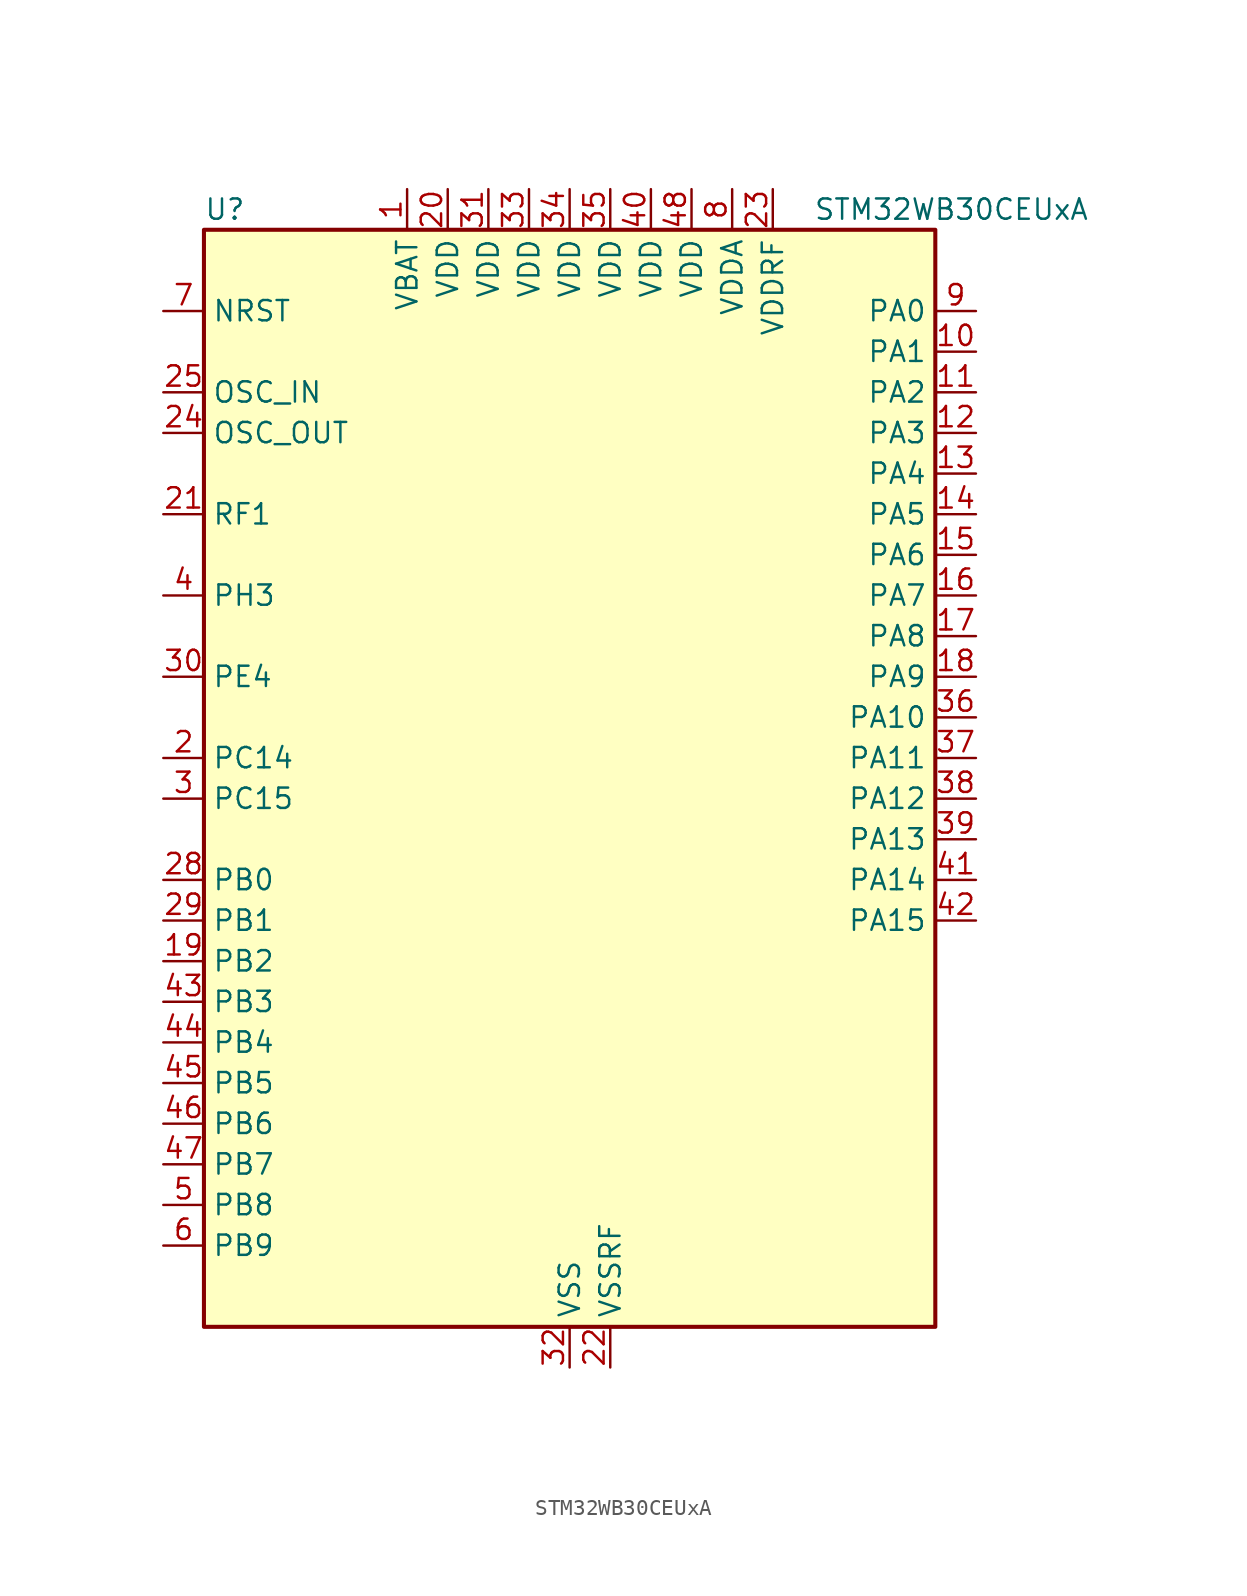
<source format=kicad_sym>
(kicad_symbol_lib
  (version 20231120)
  (generator "kicad-library-utils")
  (generator_version "8.0")
  (symbol "STM32WB30CEUxA"
    (property "Reference" "U"
      (at -22.86 36.83 0)
      (effects (font (size 1.27 1.27)) (justify left)))
    (property "Value" "STM32WB30CEUxA"
      (at 15.24 36.83 0)
      (effects (font (size 1.27 1.27)) (justify left)))
    (symbol "STM32WB30CEUxA_0_1"
      (rectangle (start -22.86 -33.02) (end 22.86 35.56) (stroke (width 0.254) (type default)) (fill (type background))))
    (symbol "STM32WB30CEUxA_1_1"
      (pin power_in line (at -10.16 38.1 270) (length 2.54) (name "VBAT" (effects (font (size 1.27 1.27)))) (number "1" (effects (font (size 1.27 1.27)))))
      (pin bidirectional line (at 25.4 27.94 180) (length 2.54) (name "PA1" (effects (font (size 1.27 1.27)))) (number "10" (effects (font (size 1.27 1.27)))) (alternate "ADC1_IN6" bidirectional line) (alternate "I2C1_SMBA" bidirectional line) (alternate "SPI1_SCK" bidirectional line) (alternate "TIM2_CH2" bidirectional line))
      (pin bidirectional line (at 25.4 25.4 180) (length 2.54) (name "PA2" (effects (font (size 1.27 1.27)))) (number "11" (effects (font (size 1.27 1.27)))) (alternate "ADC1_IN7" bidirectional line) (alternate "RCC_LSCO" bidirectional line) (alternate "SYS_WKUP4" bidirectional line) (alternate "TIM2_CH3" bidirectional line))
      (pin bidirectional line (at 25.4 22.86 180) (length 2.54) (name "PA3" (effects (font (size 1.27 1.27)))) (number "12" (effects (font (size 1.27 1.27)))) (alternate "ADC1_IN8" bidirectional line) (alternate "TIM2_CH4" bidirectional line))
      (pin bidirectional line (at 25.4 20.32 180) (length 2.54) (name "PA4" (effects (font (size 1.27 1.27)))) (number "13" (effects (font (size 1.27 1.27)))) (alternate "ADC1_IN9" bidirectional line) (alternate "LPTIM2_OUT" bidirectional line) (alternate "SPI1_NSS" bidirectional line))
      (pin bidirectional line (at 25.4 17.78 180) (length 2.54) (name "PA5" (effects (font (size 1.27 1.27)))) (number "14" (effects (font (size 1.27 1.27)))) (alternate "ADC1_IN10" bidirectional line) (alternate "LPTIM2_ETR" bidirectional line) (alternate "SPI1_SCK" bidirectional line) (alternate "TIM2_CH1" bidirectional line) (alternate "TIM2_ETR" bidirectional line))
      (pin bidirectional line (at 25.4 15.24 180) (length 2.54) (name "PA6" (effects (font (size 1.27 1.27)))) (number "15" (effects (font (size 1.27 1.27)))) (alternate "ADC1_IN11" bidirectional line) (alternate "SPI1_MISO" bidirectional line) (alternate "TIM16_CH1" bidirectional line) (alternate "TIM1_BKIN" bidirectional line))
      (pin bidirectional line (at 25.4 12.7 180) (length 2.54) (name "PA7" (effects (font (size 1.27 1.27)))) (number "16" (effects (font (size 1.27 1.27)))) (alternate "ADC1_IN12" bidirectional line) (alternate "SPI1_MOSI" bidirectional line) (alternate "TIM17_CH1" bidirectional line) (alternate "TIM1_CH1N" bidirectional line))
      (pin bidirectional line (at 25.4 10.16 180) (length 2.54) (name "PA8" (effects (font (size 1.27 1.27)))) (number "17" (effects (font (size 1.27 1.27)))) (alternate "ADC1_IN15" bidirectional line) (alternate "LPTIM2_OUT" bidirectional line) (alternate "RCC_MCO" bidirectional line) (alternate "TIM1_CH1" bidirectional line) (alternate "USART1_CK" bidirectional line))
      (pin bidirectional line (at 25.4 7.62 180) (length 2.54) (name "PA9" (effects (font (size 1.27 1.27)))) (number "18" (effects (font (size 1.27 1.27)))) (alternate "ADC1_IN16" bidirectional line) (alternate "I2C1_SCL" bidirectional line) (alternate "TIM1_CH2" bidirectional line) (alternate "USART1_TX" bidirectional line))
      (pin bidirectional line (at -25.4 -10.16 0) (length 2.54) (name "PB2" (effects (font (size 1.27 1.27)))) (number "19" (effects (font (size 1.27 1.27)))) (alternate "LPTIM1_OUT" bidirectional line) (alternate "RTC_OUT2" bidirectional line) (alternate "SPI1_NSS" bidirectional line))
      (pin bidirectional line (at -25.4 2.54 0) (length 2.54) (name "PC14" (effects (font (size 1.27 1.27)))) (number "2" (effects (font (size 1.27 1.27)))) (alternate "RCC_OSC32_IN" bidirectional line))
      (pin power_in line (at -7.62 38.1 270) (length 2.54) (name "VDD" (effects (font (size 1.27 1.27)))) (number "20" (effects (font (size 1.27 1.27)))))
      (pin bidirectional line (at -25.4 17.78 0) (length 2.54) (name "RF1" (effects (font (size 1.27 1.27)))) (number "21" (effects (font (size 1.27 1.27)))) (alternate "RF_RF1" bidirectional line))
      (pin power_in line (at 2.54 -35.56 90) (length 2.54) (name "VSSRF" (effects (font (size 1.27 1.27)))) (number "22" (effects (font (size 1.27 1.27)))))
      (pin power_in line (at 12.7 38.1 270) (length 2.54) (name "VDDRF" (effects (font (size 1.27 1.27)))) (number "23" (effects (font (size 1.27 1.27)))))
      (pin input line (at -25.4 22.86 0) (length 2.54) (name "OSC_OUT" (effects (font (size 1.27 1.27)))) (number "24" (effects (font (size 1.27 1.27)))) (alternate "RCC_OSC_OUT" bidirectional line))
      (pin input line (at -25.4 25.4 0) (length 2.54) (name "OSC_IN" (effects (font (size 1.27 1.27)))) (number "25" (effects (font (size 1.27 1.27)))) (alternate "RCC_OSC_IN" bidirectional line))
      (pin no_connect line (at -22.86 -33.02 0) (length 2.54) hide (name "AT0" (effects (font (size 1.27 1.27)))) (number "26" (effects (font (size 1.27 1.27)))))
      (pin no_connect line (at -22.86 -30.48 0) (length 2.54) hide (name "AT1" (effects (font (size 1.27 1.27)))) (number "27" (effects (font (size 1.27 1.27)))))
      (pin bidirectional line (at -25.4 -5.08 0) (length 2.54) (name "PB0" (effects (font (size 1.27 1.27)))) (number "28" (effects (font (size 1.27 1.27)))) (alternate "RF_TX_MOD_EXT_PA" bidirectional line))
      (pin bidirectional line (at -25.4 -7.62 0) (length 2.54) (name "PB1" (effects (font (size 1.27 1.27)))) (number "29" (effects (font (size 1.27 1.27)))) (alternate "LPTIM2_IN1" bidirectional line))
      (pin bidirectional line (at -25.4 0 0) (length 2.54) (name "PC15" (effects (font (size 1.27 1.27)))) (number "3" (effects (font (size 1.27 1.27)))) (alternate "ADC1_EXTI15" bidirectional line) (alternate "RCC_OSC32_OUT" bidirectional line))
      (pin bidirectional line (at -25.4 7.62 0) (length 2.54) (name "PE4" (effects (font (size 1.27 1.27)))) (number "30" (effects (font (size 1.27 1.27)))))
      (pin power_in line (at -5.08 38.1 270) (length 2.54) (name "VDD" (effects (font (size 1.27 1.27)))) (number "31" (effects (font (size 1.27 1.27)))))
      (pin power_in line (at 0 -35.56 90) (length 2.54) (name "VSS" (effects (font (size 1.27 1.27)))) (number "32" (effects (font (size 1.27 1.27)))))
      (pin power_in line (at -2.54 38.1 270) (length 2.54) (name "VDD" (effects (font (size 1.27 1.27)))) (number "33" (effects (font (size 1.27 1.27)))))
      (pin power_in line (at 0 38.1 270) (length 2.54) (name "VDD" (effects (font (size 1.27 1.27)))) (number "34" (effects (font (size 1.27 1.27)))))
      (pin power_in line (at 2.54 38.1 270) (length 2.54) (name "VDD" (effects (font (size 1.27 1.27)))) (number "35" (effects (font (size 1.27 1.27)))))
      (pin bidirectional line (at 25.4 5.08 180) (length 2.54) (name "PA10" (effects (font (size 1.27 1.27)))) (number "36" (effects (font (size 1.27 1.27)))) (alternate "I2C1_SDA" bidirectional line) (alternate "TIM17_BKIN" bidirectional line) (alternate "TIM1_CH3" bidirectional line) (alternate "USART1_RX" bidirectional line))
      (pin bidirectional line (at 25.4 2.54 180) (length 2.54) (name "PA11" (effects (font (size 1.27 1.27)))) (number "37" (effects (font (size 1.27 1.27)))) (alternate "ADC1_EXTI11" bidirectional line) (alternate "SPI1_MISO" bidirectional line) (alternate "TIM1_BKIN2" bidirectional line) (alternate "TIM1_CH4" bidirectional line) (alternate "USART1_CTS" bidirectional line) (alternate "USART1_NSS" bidirectional line))
      (pin bidirectional line (at 25.4 0 180) (length 2.54) (name "PA12" (effects (font (size 1.27 1.27)))) (number "38" (effects (font (size 1.27 1.27)))) (alternate "SPI1_MOSI" bidirectional line) (alternate "TIM1_ETR" bidirectional line) (alternate "USART1_DE" bidirectional line) (alternate "USART1_RTS" bidirectional line))
      (pin bidirectional line (at 25.4 -2.54 180) (length 2.54) (name "PA13" (effects (font (size 1.27 1.27)))) (number "39" (effects (font (size 1.27 1.27)))) (alternate "IR_OUT" bidirectional line) (alternate "SYS_JTMS-SWDIO" bidirectional line))
      (pin bidirectional line (at -25.4 12.7 0) (length 2.54) (name "PH3" (effects (font (size 1.27 1.27)))) (number "4" (effects (font (size 1.27 1.27)))) (alternate "RCC_LSCO" bidirectional line))
      (pin power_in line (at 5.08 38.1 270) (length 2.54) (name "VDD" (effects (font (size 1.27 1.27)))) (number "40" (effects (font (size 1.27 1.27)))))
      (pin bidirectional line (at 25.4 -5.08 180) (length 2.54) (name "PA14" (effects (font (size 1.27 1.27)))) (number "41" (effects (font (size 1.27 1.27)))) (alternate "I2C1_SMBA" bidirectional line) (alternate "LPTIM1_OUT" bidirectional line) (alternate "SYS_JTCK-SWCLK" bidirectional line))
      (pin bidirectional line (at 25.4 -7.62 180) (length 2.54) (name "PA15" (effects (font (size 1.27 1.27)))) (number "42" (effects (font (size 1.27 1.27)))) (alternate "ADC1_EXTI15" bidirectional line) (alternate "RCC_MCO" bidirectional line) (alternate "SPI1_NSS" bidirectional line) (alternate "SYS_JTDI" bidirectional line) (alternate "TIM2_CH1" bidirectional line) (alternate "TIM2_ETR" bidirectional line))
      (pin bidirectional line (at -25.4 -12.7 0) (length 2.54) (name "PB3" (effects (font (size 1.27 1.27)))) (number "43" (effects (font (size 1.27 1.27)))) (alternate "SPI1_SCK" bidirectional line) (alternate "SYS_JTDO-SWO" bidirectional line) (alternate "TIM2_CH2" bidirectional line) (alternate "USART1_DE" bidirectional line) (alternate "USART1_RTS" bidirectional line))
      (pin bidirectional line (at -25.4 -15.24 0) (length 2.54) (name "PB4" (effects (font (size 1.27 1.27)))) (number "44" (effects (font (size 1.27 1.27)))) (alternate "SPI1_MISO" bidirectional line) (alternate "SYS_JTRST" bidirectional line) (alternate "TIM17_BKIN" bidirectional line) (alternate "USART1_CTS" bidirectional line) (alternate "USART1_NSS" bidirectional line))
      (pin bidirectional line (at -25.4 -17.78 0) (length 2.54) (name "PB5" (effects (font (size 1.27 1.27)))) (number "45" (effects (font (size 1.27 1.27)))) (alternate "I2C1_SMBA" bidirectional line) (alternate "LPTIM1_IN1" bidirectional line) (alternate "SPI1_MOSI" bidirectional line) (alternate "TIM16_BKIN" bidirectional line) (alternate "USART1_CK" bidirectional line))
      (pin bidirectional line (at -25.4 -20.32 0) (length 2.54) (name "PB6" (effects (font (size 1.27 1.27)))) (number "46" (effects (font (size 1.27 1.27)))) (alternate "I2C1_SCL" bidirectional line) (alternate "LPTIM1_ETR" bidirectional line) (alternate "RCC_MCO" bidirectional line) (alternate "TIM16_CH1N" bidirectional line) (alternate "USART1_TX" bidirectional line))
      (pin bidirectional line (at -25.4 -22.86 0) (length 2.54) (name "PB7" (effects (font (size 1.27 1.27)))) (number "47" (effects (font (size 1.27 1.27)))) (alternate "I2C1_SDA" bidirectional line) (alternate "LPTIM1_IN2" bidirectional line) (alternate "SYS_PVD_IN" bidirectional line) (alternate "TIM17_CH1N" bidirectional line) (alternate "TIM1_BKIN" bidirectional line) (alternate "USART1_RX" bidirectional line))
      (pin power_in line (at 7.62 38.1 270) (length 2.54) (name "VDD" (effects (font (size 1.27 1.27)))) (number "48" (effects (font (size 1.27 1.27)))))
      (pin passive line (at 0 -35.56 90) (length 2.54) hide (name "VSS" (effects (font (size 1.27 1.27)))) (number "49" (effects (font (size 1.27 1.27)))))
      (pin bidirectional line (at -25.4 -25.4 0) (length 2.54) (name "PB8" (effects (font (size 1.27 1.27)))) (number "5" (effects (font (size 1.27 1.27)))) (alternate "I2C1_SCL" bidirectional line) (alternate "TIM16_CH1" bidirectional line) (alternate "TIM1_CH2N" bidirectional line))
      (pin bidirectional line (at -25.4 -27.94 0) (length 2.54) (name "PB9" (effects (font (size 1.27 1.27)))) (number "6" (effects (font (size 1.27 1.27)))) (alternate "I2C1_SDA" bidirectional line) (alternate "IR_OUT" bidirectional line) (alternate "TIM17_CH1" bidirectional line) (alternate "TIM1_CH3N" bidirectional line))
      (pin input line (at -25.4 30.48 0) (length 2.54) (name "NRST" (effects (font (size 1.27 1.27)))) (number "7" (effects (font (size 1.27 1.27)))))
      (pin power_in line (at 10.16 38.1 270) (length 2.54) (name "VDDA" (effects (font (size 1.27 1.27)))) (number "8" (effects (font (size 1.27 1.27)))))
      (pin bidirectional line (at 25.4 30.48 180) (length 2.54) (name "PA0" (effects (font (size 1.27 1.27)))) (number "9" (effects (font (size 1.27 1.27)))) (alternate "ADC1_IN5" bidirectional line) (alternate "RTC_TAMP2" bidirectional line) (alternate "SYS_WKUP1" bidirectional line) (alternate "TIM2_CH1" bidirectional line) (alternate "TIM2_ETR" bidirectional line)))))
</source>
